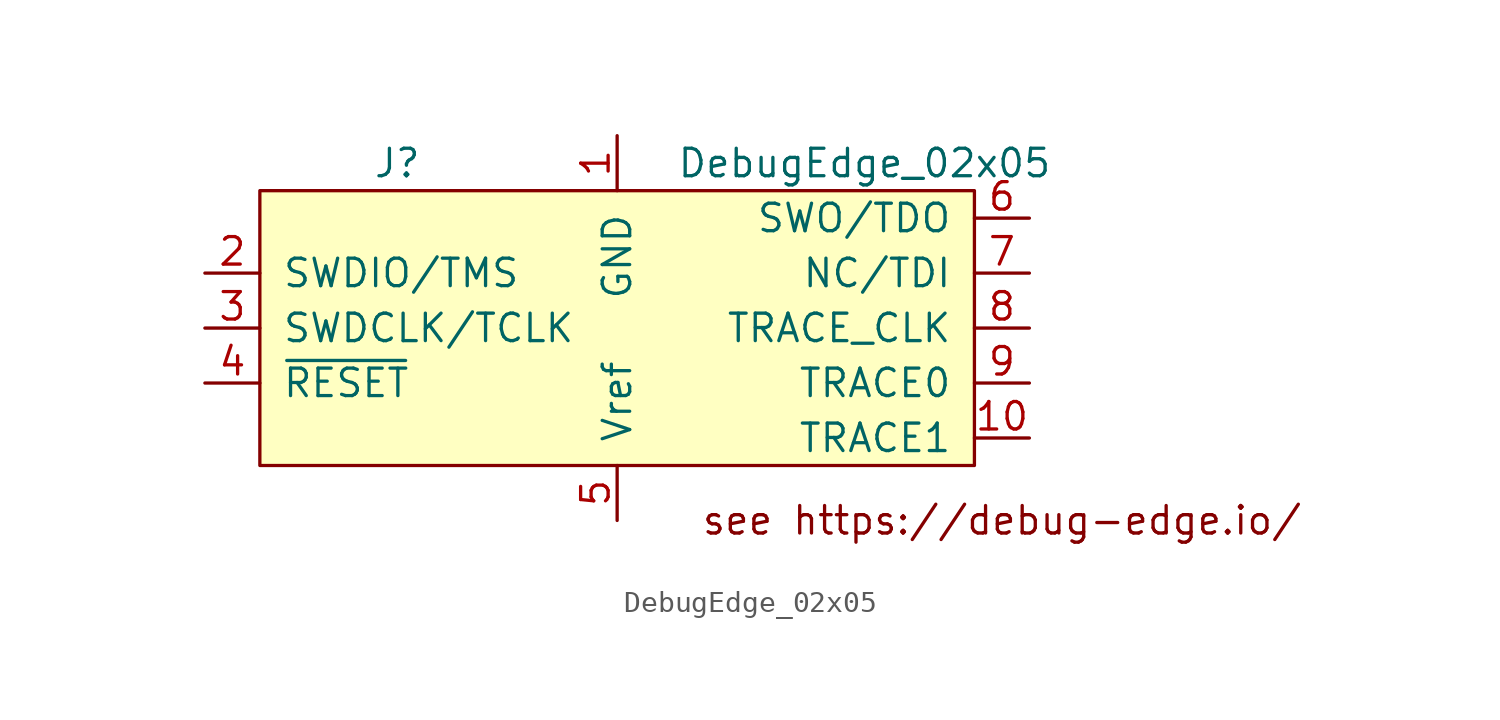
<source format=kicad_sym>
(kicad_symbol_lib
  (version 20211014)
  (generator kicad_symbol_editor)
  (symbol "DebugEdge_02x05"
    (pin_names
      (offset 1.016))
    (property "Reference" "J"
      (at -10.16 7.62 0)
      (effects (font (size 1.27 1.27))))
    (property "Value" "DebugEdge_02x05"
      (at 11.43 7.62 0)
      (effects (font (size 1.27 1.27))))
    (symbol "DebugEdge_02x05_0_0"
      (text "see https://debug-edge.io/" (at 17.78 -8.89 0) (effects (font (size 1.27 1.27)))))
    (symbol "DebugEdge_02x05_0_1"
      (rectangle (start -16.51 6.35) (end 16.51 -6.35) (stroke (width 0) (type default) (color 0 0 0 0)) (fill (type background))))
    (symbol "DebugEdge_02x05_1_1"
      (pin power_in line (at 0 8.89 270) (length 2.54) (name "GND" (effects (font (size 1.27 1.27)))) (number "1" (effects (font (size 1.27 1.27)))))
      (pin bidirectional line (at 19.05 -5.08 180) (length 2.54) (name "TRACE1" (effects (font (size 1.27 1.27)))) (number "10" (effects (font (size 1.27 1.27)))))
      (pin bidirectional line (at -19.05 2.54 0) (length 2.54) (name "SWDIO/TMS" (effects (font (size 1.27 1.27)))) (number "2" (effects (font (size 1.27 1.27)))))
      (pin bidirectional line (at -19.05 0 0) (length 2.54) (name "SWDCLK/TCLK" (effects (font (size 1.27 1.27)))) (number "3" (effects (font (size 1.27 1.27)))))
      (pin bidirectional line (at -19.05 -2.54 0) (length 2.54) (name "~{RESET}" (effects (font (size 1.27 1.27)))) (number "4" (effects (font (size 1.27 1.27)))))
      (pin power_in line (at 0 -8.89 90) (length 2.54) (name "Vref" (effects (font (size 1.27 1.27)))) (number "5" (effects (font (size 1.27 1.27)))))
      (pin bidirectional line (at 19.05 5.08 180) (length 2.54) (name "SWO/TDO" (effects (font (size 1.27 1.27)))) (number "6" (effects (font (size 1.27 1.27)))))
      (pin bidirectional line (at 19.05 2.54 180) (length 2.54) (name "NC/TDI" (effects (font (size 1.27 1.27)))) (number "7" (effects (font (size 1.27 1.27)))))
      (pin bidirectional line (at 19.05 0 180) (length 2.54) (name "TRACE_CLK" (effects (font (size 1.27 1.27)))) (number "8" (effects (font (size 1.27 1.27)))))
      (pin bidirectional line (at 19.05 -2.54 180) (length 2.54) (name "TRACE0" (effects (font (size 1.27 1.27)))) (number "9" (effects (font (size 1.27 1.27))))))))
</source>
